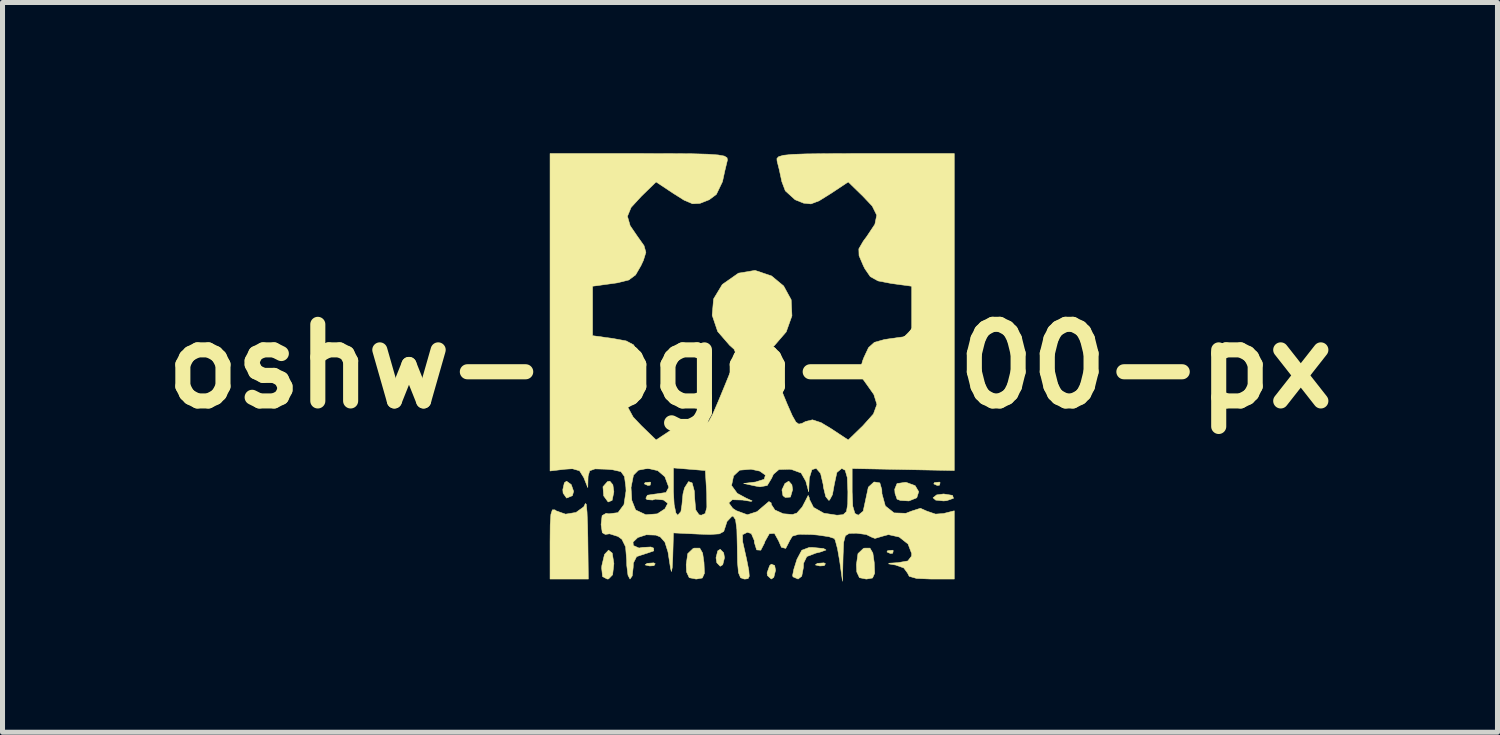
<source format=kicad_pcb>
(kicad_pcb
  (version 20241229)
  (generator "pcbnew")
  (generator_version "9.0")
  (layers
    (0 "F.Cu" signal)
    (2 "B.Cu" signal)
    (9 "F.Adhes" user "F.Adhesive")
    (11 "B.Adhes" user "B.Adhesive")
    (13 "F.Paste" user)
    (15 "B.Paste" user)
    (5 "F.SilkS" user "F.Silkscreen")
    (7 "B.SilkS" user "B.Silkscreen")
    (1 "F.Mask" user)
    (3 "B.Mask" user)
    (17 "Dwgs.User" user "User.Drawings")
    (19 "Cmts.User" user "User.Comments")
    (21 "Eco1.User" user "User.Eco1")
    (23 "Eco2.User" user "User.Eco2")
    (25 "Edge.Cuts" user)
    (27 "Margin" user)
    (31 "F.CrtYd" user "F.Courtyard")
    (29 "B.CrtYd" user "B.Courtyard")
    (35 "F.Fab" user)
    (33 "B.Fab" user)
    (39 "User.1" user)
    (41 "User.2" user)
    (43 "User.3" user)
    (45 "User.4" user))
  (footprint "oshw-logo-100-px"
    (layer "F.Cu")
    (at 11.873 4.238)
    (property "Reference" "oshw-logo-100-px" (at 0 0 0) (layer "F.SilkS") (effects (font (size 1.524 1.524) (thickness 0.3))))
    (attr through_hole)
    (fp_poly (pts (xy -1.976 2.314) (xy -1.987 2.365) (xy -2.032 2.371) (xy -2.102 2.34) (xy -2.088 2.314) (xy -1.988 2.304) (xy -1.976 2.314)) (stroke (width 0.01) (type solid)) (fill yes) (layer "F.SilkS"))
    (fp_poly (pts (xy -1.886 3.928) (xy -1.911 3.967) (xy -1.997 3.973) (xy -2.087 3.952) (xy -2.048 3.921) (xy -1.916 3.911) (xy -1.886 3.928)) (stroke (width 0.01) (type solid)) (fill yes) (layer "F.SilkS"))
    (fp_poly (pts (xy 1.501 3.928) (xy 1.476 3.967) (xy 1.39 3.973) (xy 1.3 3.952) (xy 1.339 3.921) (xy 1.471 3.911) (xy 1.501 3.928)) (stroke (width 0.01) (type solid)) (fill yes) (layer "F.SilkS"))
    (fp_poly (pts (xy 2.85 3.669) (xy 2.839 3.719) (xy 2.794 3.725) (xy 2.724 3.694) (xy 2.738 3.669) (xy 2.838 3.659) (xy 2.85 3.669)) (stroke (width 0.01) (type solid)) (fill yes) (layer "F.SilkS"))
    (fp_poly (pts (xy 3.782 2.314) (xy 3.77 2.365) (xy 3.725 2.371) (xy 3.656 2.34) (xy 3.669 2.314) (xy 3.769 2.304) (xy 3.782 2.314)) (stroke (width 0.01) (type solid)) (fill yes) (layer "F.SilkS"))
    (fp_poly (pts (xy -3.557 2.354) (xy -3.51 2.488) (xy -3.534 2.574) (xy -3.65 2.622) (xy -3.719 2.524) (xy -3.725 2.455) (xy -3.694 2.318) (xy -3.65 2.286) (xy -3.557 2.354)) (stroke (width 0.01) (type solid)) (fill yes) (layer "F.SilkS"))
    (fp_poly (pts (xy -0.524 3.712) (xy -0.508 3.81) (xy -0.543 3.948) (xy -0.593 3.979) (xy -0.661 3.908) (xy -0.677 3.81) (xy -0.642 3.672) (xy -0.593 3.641) (xy -0.524 3.712)) (stroke (width 0.01) (type solid)) (fill yes) (layer "F.SilkS"))
    (fp_poly (pts (xy 0.49 3.963) (xy 0.508 4.059) (xy 0.473 4.199) (xy 0.423 4.233) (xy 0.347 4.165) (xy 0.339 4.111) (xy 0.39 3.967) (xy 0.423 3.937) (xy 0.49 3.963)) (stroke (width 0.01) (type solid)) (fill yes) (layer "F.SilkS"))
    (fp_poly (pts (xy 0.833 2.357) (xy 0.847 2.455) (xy 0.804 2.602) (xy 0.701 2.61) (xy 0.655 2.574) (xy 0.635 2.46) (xy 0.695 2.331) (xy 0.771 2.286) (xy 0.833 2.357)) (stroke (width 0.01) (type solid)) (fill yes) (layer "F.SilkS"))
    (fp_poly (pts (xy 4.028 2.568) (xy 4.049 2.626) (xy 3.915 2.673) (xy 3.852 2.679) (xy 3.694 2.663) (xy 3.641 2.616) (xy 3.713 2.559) (xy 3.852 2.54) (xy 4.028 2.568)) (stroke (width 0.01) (type solid)) (fill yes) (layer "F.SilkS"))
    (fp_poly (pts (xy -2.729 2.358) (xy -2.709 2.498) (xy -2.744 2.668) (xy -2.823 2.7) (xy -2.911 2.579) (xy -2.912 2.575) (xy -2.926 2.397) (xy -2.836 2.294) (xy -2.789 2.286) (xy -2.729 2.358)) (stroke (width 0.01) (type solid)) (fill yes) (layer "F.SilkS"))
    (fp_poly (pts (xy -2.742 3.717) (xy -2.709 3.922) (xy -2.709 3.93) (xy -2.734 4.148) (xy -2.815 4.231) (xy -2.842 4.233) (xy -2.934 4.184) (xy -2.952 4.016) (xy -2.948 3.965) (xy -2.895 3.743) (xy -2.815 3.658) (xy -2.742 3.717)) (stroke (width 0.01) (type solid)) (fill yes) (layer "F.SilkS"))
    (fp_poly (pts (xy 3.111 2.311) (xy 3.285 2.375) (xy 3.356 2.495) (xy 3.318 2.616) (xy 3.162 2.679) (xy 3.159 2.679) (xy 2.991 2.669) (xy 2.926 2.644) (xy 2.885 2.528) (xy 2.879 2.445) (xy 2.925 2.333) (xy 3.087 2.309) (xy 3.111 2.311)) (stroke (width 0.01) (type solid)) (fill yes) (layer "F.SilkS"))
    (fp_poly (pts (xy -0.943 3.717) (xy -0.916 3.905) (xy -0.907 4.118) (xy -0.949 4.212) (xy -1.067 4.233) (xy -1.077 4.233) (xy -1.21 4.206) (xy -1.263 4.092) (xy -1.27 3.947) (xy -1.239 3.727) (xy -1.133 3.626) (xy -1.109 3.618) (xy -1 3.618) (xy -0.943 3.717)) (stroke (width 0.01) (type solid)) (fill yes) (layer "F.SilkS"))
    (fp_poly (pts (xy 2.444 3.717) (xy 2.471 3.905) (xy 2.48 4.118) (xy 2.438 4.212) (xy 2.32 4.233) (xy 2.309 4.233) (xy 2.177 4.206) (xy 2.124 4.092) (xy 2.117 3.947) (xy 2.148 3.727) (xy 2.254 3.626) (xy 2.278 3.618) (xy 2.386 3.618) (xy 2.444 3.717)) (stroke (width 0.01) (type solid)) (fill yes) (layer "F.SilkS"))
    (fp_poly (pts (xy -3.259 2.744) (xy -3.243 2.9) (xy -3.232 3.168) (xy -3.227 3.408) (xy -3.217 4.233) (xy -3.979 4.233) (xy -3.979 3.503) (xy -3.976 3.154) (xy -3.962 2.947) (xy -3.933 2.856) (xy -3.883 2.856) (xy -3.853 2.878) (xy -3.671 2.942) (xy -3.463 2.908) (xy -3.307 2.795) (xy -3.276 2.73) (xy -3.259 2.744)) (stroke (width 0.01) (type solid)) (fill yes) (layer "F.SilkS"))
    (fp_poly (pts (xy 1.251 3.605) (xy 1.465 3.626) (xy 1.512 3.655) (xy 1.394 3.697) (xy 1.312 3.716) (xy 1.129 3.786) (xy 1.065 3.919) (xy 1.062 4.002) (xy 1.029 4.176) (xy 0.956 4.233) (xy 0.855 4.189) (xy 0.847 4.161) (xy 0.872 4.037) (xy 0.934 3.84) (xy 1.03 3.66) (xy 1.179 3.604) (xy 1.251 3.605)) (stroke (width 0.01) (type solid)) (fill yes) (layer "F.SilkS"))
    (fp_poly (pts (xy -1.602 -4.232) (xy -1.158 -4.229) (xy -0.842 -4.22) (xy -0.634 -4.205) (xy -0.512 -4.183) (xy -0.458 -4.15) (xy -0.449 -4.105) (xy -0.454 -4.085) (xy -0.5 -3.895) (xy -0.548 -3.674) (xy -0.67 -3.42) (xy -0.812 -3.314) (xy -0.998 -3.241) (xy -1.144 -3.234) (xy -1.312 -3.305) (xy -1.529 -3.442) (xy -1.869 -3.668) (xy -2.162 -3.383) (xy -2.366 -3.161) (xy -2.439 -2.984) (xy -2.385 -2.797) (xy -2.241 -2.586) (xy -2.109 -2.4) (xy -2.072 -2.267) (xy -2.121 -2.108) (xy -2.169 -2.005) (xy -2.277 -1.818) (xy -2.413 -1.717) (xy -2.638 -1.661) (xy -2.722 -1.649) (xy -3.133 -1.593) (xy -3.133 -0.609) (xy -2.72 -0.552) (xy -2.464 -0.505) (xy -2.319 -0.428) (xy -2.224 -0.279) (xy -2.182 -0.178) (xy -2.109 0.036) (xy -2.117 0.18) (xy -2.216 0.336) (xy -2.256 0.387) (xy -2.409 0.619) (xy -2.434 0.81) (xy -2.326 1.009) (xy -2.162 1.182) (xy -1.869 1.466) (xy -1.526 1.239) (xy -1.29 1.102) (xy -1.129 1.065) (xy -1.02 1.099) (xy -0.938 1.141) (xy -0.876 1.148) (xy -0.818 1.094) (xy -0.743 0.955) (xy -0.635 0.705) (xy -0.505 0.391) (xy -0.373 0.067) (xy -0.301 -0.138) (xy -0.284 -0.261) (xy -0.317 -0.339) (xy -0.396 -0.41) (xy -0.401 -0.413) (xy -0.644 -0.693) (xy -0.753 -1.016) (xy -0.725 -1.34) (xy -0.554 -1.624) (xy -0.547 -1.631) (xy -0.23 -1.853) (xy 0.1 -1.908) (xy 0.428 -1.798) (xy 0.669 -1.598) (xy 0.819 -1.324) (xy 0.834 -1.004) (xy 0.72 -0.685) (xy 0.486 -0.414) (xy 0.485 -0.413) (xy 0.405 -0.342) (xy 0.369 -0.265) (xy 0.383 -0.145) (xy 0.453 0.055) (xy 0.582 0.373) (xy 0.59 0.391) (xy 0.74 0.753) (xy 0.841 0.983) (xy 0.912 1.108) (xy 0.97 1.15) (xy 1.034 1.136) (xy 1.104 1.099) (xy 1.242 1.065) (xy 1.414 1.121) (xy 1.61 1.239) (xy 1.954 1.466) (xy 2.247 1.182) (xy 2.455 0.949) (xy 2.525 0.758) (xy 2.463 0.56) (xy 2.341 0.387) (xy 2.217 0.214) (xy 2.188 0.075) (xy 2.242 -0.114) (xy 2.267 -0.178) (xy 2.358 -0.372) (xy 2.474 -0.476) (xy 2.672 -0.532) (xy 2.804 -0.552) (xy 3.217 -0.609) (xy 3.217 -1.593) (xy 2.807 -1.649) (xy 2.547 -1.699) (xy 2.393 -1.784) (xy 2.283 -1.944) (xy 2.253 -2.005) (xy 2.169 -2.202) (xy 2.165 -2.337) (xy 2.253 -2.489) (xy 2.325 -2.586) (xy 2.484 -2.825) (xy 2.521 -3.007) (xy 2.432 -3.187) (xy 2.247 -3.383) (xy 1.954 -3.668) (xy 1.614 -3.442) (xy 1.375 -3.293) (xy 1.212 -3.231) (xy 1.065 -3.246) (xy 0.897 -3.314) (xy 0.702 -3.491) (xy 0.633 -3.674) (xy 0.582 -3.911) (xy 0.538 -4.085) (xy 0.535 -4.134) (xy 0.57 -4.171) (xy 0.663 -4.198) (xy 0.837 -4.216) (xy 1.11 -4.226) (xy 1.503 -4.231) (xy 2.038 -4.233) (xy 2.28 -4.233) (xy 4.064 -4.233) (xy 4.064 2.074) (xy 2.032 2.034) (xy 2.032 2.499) (xy 2.044 2.783) (xy 2.087 2.928) (xy 2.154 2.963) (xy 2.251 2.883) (xy 2.302 2.648) (xy 2.302 2.647) (xy 2.354 2.405) (xy 2.464 2.304) (xy 2.477 2.302) (xy 2.583 2.32) (xy 2.622 2.455) (xy 2.625 2.536) (xy 2.692 2.779) (xy 2.866 2.917) (xy 3.101 2.925) (xy 3.212 2.882) (xy 3.39 2.825) (xy 3.518 2.882) (xy 3.691 2.941) (xy 3.851 2.929) (xy 4.064 2.875) (xy 4.064 4.233) (xy 3.598 4.233) (xy 3.314 4.221) (xy 3.168 4.179) (xy 3.133 4.112) (xy 3.059 4.012) (xy 2.9 3.955) (xy 2.757 3.931) (xy 2.769 3.918) (xy 2.942 3.907) (xy 3.14 3.873) (xy 3.213 3.778) (xy 3.217 3.727) (xy 3.144 3.536) (xy 2.968 3.397) (xy 2.754 3.349) (xy 2.635 3.381) (xy 2.486 3.425) (xy 2.421 3.4) (xy 2.313 3.347) (xy 2.12 3.321) (xy 1.974 3.324) (xy 1.897 3.371) (xy 1.863 3.502) (xy 1.852 3.758) (xy 1.851 3.794) (xy 1.84 4.276) (xy 1.784 3.877) (xy 1.741 3.631) (xy 1.696 3.462) (xy 1.677 3.426) (xy 1.568 3.39) (xy 1.351 3.358) (xy 1.225 3.347) (xy 0.974 3.342) (xy 0.843 3.379) (xy 0.786 3.473) (xy 0.784 3.48) (xy 0.71 3.623) (xy 0.625 3.602) (xy 0.568 3.471) (xy 0.486 3.324) (xy 0.384 3.331) (xy 0.296 3.486) (xy 0.289 3.513) (xy 0.214 3.659) (xy 0.132 3.653) (xy 0.086 3.505) (xy 0.085 3.466) (xy 0.026 3.329) (xy -0.052 3.302) (xy -0.15 3.351) (xy -0.146 3.493) (xy -0.067 3.844) (xy -0.024 4.062) (xy -0.015 4.178) (xy -0.039 4.225) (xy -0.095 4.233) (xy -0.116 4.233) (xy -0.188 4.207) (xy -0.23 4.107) (xy -0.249 3.899) (xy -0.254 3.591) (xy -0.262 3.248) (xy -0.288 3.052) (xy -0.336 2.982) (xy -0.36 2.984) (xy -0.458 3.087) (xy -0.491 3.191) (xy -0.523 3.286) (xy -0.611 3.334) (xy -0.794 3.346) (xy -1.02 3.339) (xy -1.524 3.315) (xy -1.537 3.795) (xy -1.548 4.006) (xy -1.564 4.084) (xy -1.581 4.022) (xy -1.632 3.694) (xy -1.694 3.498) (xy -1.785 3.395) (xy -1.875 3.359) (xy -2.063 3.352) (xy -2.233 3.407) (xy -2.328 3.498) (xy -2.322 3.566) (xy -2.209 3.616) (xy -2.143 3.604) (xy -1.973 3.595) (xy -1.919 3.617) (xy -1.915 3.673) (xy -2.058 3.722) (xy -2.074 3.726) (xy -2.257 3.787) (xy -2.321 3.914) (xy -2.325 4.002) (xy -2.344 4.171) (xy -2.388 4.233) (xy -2.428 4.158) (xy -2.452 3.966) (xy -2.455 3.855) (xy -2.476 3.592) (xy -2.549 3.442) (xy -2.626 3.386) (xy -2.794 3.333) (xy -2.88 3.345) (xy -2.939 3.311) (xy -2.963 3.152) (xy -2.963 3.146) (xy -2.943 2.971) (xy -2.863 2.925) (xy -2.809 2.935) (xy -2.627 2.912) (xy -2.508 2.752) (xy -2.467 2.48) (xy -2.47 2.412) (xy -2.368 2.412) (xy -2.352 2.667) (xy -2.279 2.851) (xy -2.269 2.862) (xy -2.074 2.953) (xy -1.846 2.936) (xy -1.694 2.837) (xy -1.636 2.726) (xy -1.722 2.66) (xy -1.883 2.643) (xy -1.937 2.661) (xy -2.05 2.653) (xy -2.073 2.626) (xy -2.042 2.565) (xy -1.874 2.54) (xy -1.868 2.54) (xy -1.671 2.511) (xy -1.662 2.493) (xy -1.524 2.493) (xy -1.51 2.749) (xy -1.475 2.92) (xy -1.439 2.963) (xy -1.375 2.891) (xy -1.355 2.759) (xy -1.334 2.539) (xy -1.303 2.42) (xy -1.223 2.294) (xy -1.152 2.32) (xy -1.108 2.483) (xy -1.101 2.625) (xy -1.081 2.857) (xy -1.014 2.955) (xy -0.969 2.963) (xy -0.892 2.93) (xy -0.859 2.805) (xy -0.86 2.718) (xy -0.423 2.718) (xy -0.344 2.826) (xy -0.275 2.872) (xy -0.052 2.954) (xy 0.14 2.892) (xy 0.254 2.794) (xy 0.376 2.691) (xy 0.421 2.718) (xy 0.423 2.75) (xy 0.495 2.859) (xy 0.661 2.934) (xy 0.846 2.949) (xy 0.932 2.92) (xy 1.039 2.799) (xy 1.101 2.68) (xy 1.157 2.569) (xy 1.178 2.614) (xy 1.18 2.643) (xy 1.263 2.807) (xy 1.468 2.923) (xy 1.73 2.963) (xy 1.854 2.952) (xy 1.919 2.89) (xy 1.944 2.736) (xy 1.947 2.498) (xy 1.935 2.213) (xy 1.893 2.068) (xy 1.825 2.032) (xy 1.728 2.112) (xy 1.677 2.348) (xy 1.677 2.349) (xy 1.64 2.554) (xy 1.582 2.662) (xy 1.566 2.667) (xy 1.506 2.592) (xy 1.461 2.406) (xy 1.455 2.349) (xy 1.404 2.131) (xy 1.317 2.03) (xy 1.231 2.057) (xy 1.18 2.223) (xy 1.177 2.265) (xy 1.168 2.498) (xy 1.11 2.286) (xy 1.017 2.123) (xy 0.826 2.053) (xy 0.78 2.048) (xy 0.575 2.054) (xy 0.465 2.149) (xy 0.429 2.228) (xy 0.342 2.372) (xy 0.199 2.398) (xy 0.112 2.383) (xy -0.127 2.331) (xy 0.111 2.302) (xy 0.282 2.248) (xy 0.306 2.165) (xy 0.195 2.086) (xy 0.02 2.048) (xy -0.207 2.067) (xy -0.327 2.18) (xy -0.368 2.372) (xy -0.254 2.528) (xy -0.082 2.621) (xy 0.042 2.678) (xy 0.022 2.688) (xy -0.148 2.661) (xy -0.353 2.655) (xy -0.423 2.718) (xy -0.86 2.718) (xy -0.862 2.553) (xy -0.863 2.519) (xy -0.889 2.074) (xy -1.206 2.048) (xy -1.524 2.022) (xy -1.524 2.493) (xy -1.662 2.493) (xy -1.616 2.407) (xy -1.691 2.206) (xy -1.696 2.196) (xy -1.835 2.076) (xy -2.033 2.031) (xy -2.221 2.067) (xy -2.319 2.166) (xy -2.368 2.412) (xy -2.47 2.412) (xy -2.471 2.398) (xy -2.498 2.194) (xy -2.568 2.096) (xy -2.732 2.059) (xy -2.857 2.048) (xy -3.084 2.041) (xy -3.19 2.079) (xy -3.221 2.183) (xy -3.223 2.218) (xy -3.228 2.413) (xy -3.308 2.213) (xy -3.392 2.079) (xy -3.534 2.038) (xy -3.684 2.048) (xy -3.979 2.083) (xy -3.979 -4.233) (xy -2.196 -4.233) (xy -1.602 -4.232)) (stroke (width 0.01) (type solid)) (fill yes) (layer "F.SilkS")))
  (gr_rect
    (start -3 -3)
    (end 26.745 11.519)
    (stroke (width 0.1) (type default))
    (fill no)
    (layer "Edge.Cuts")))
</source>
